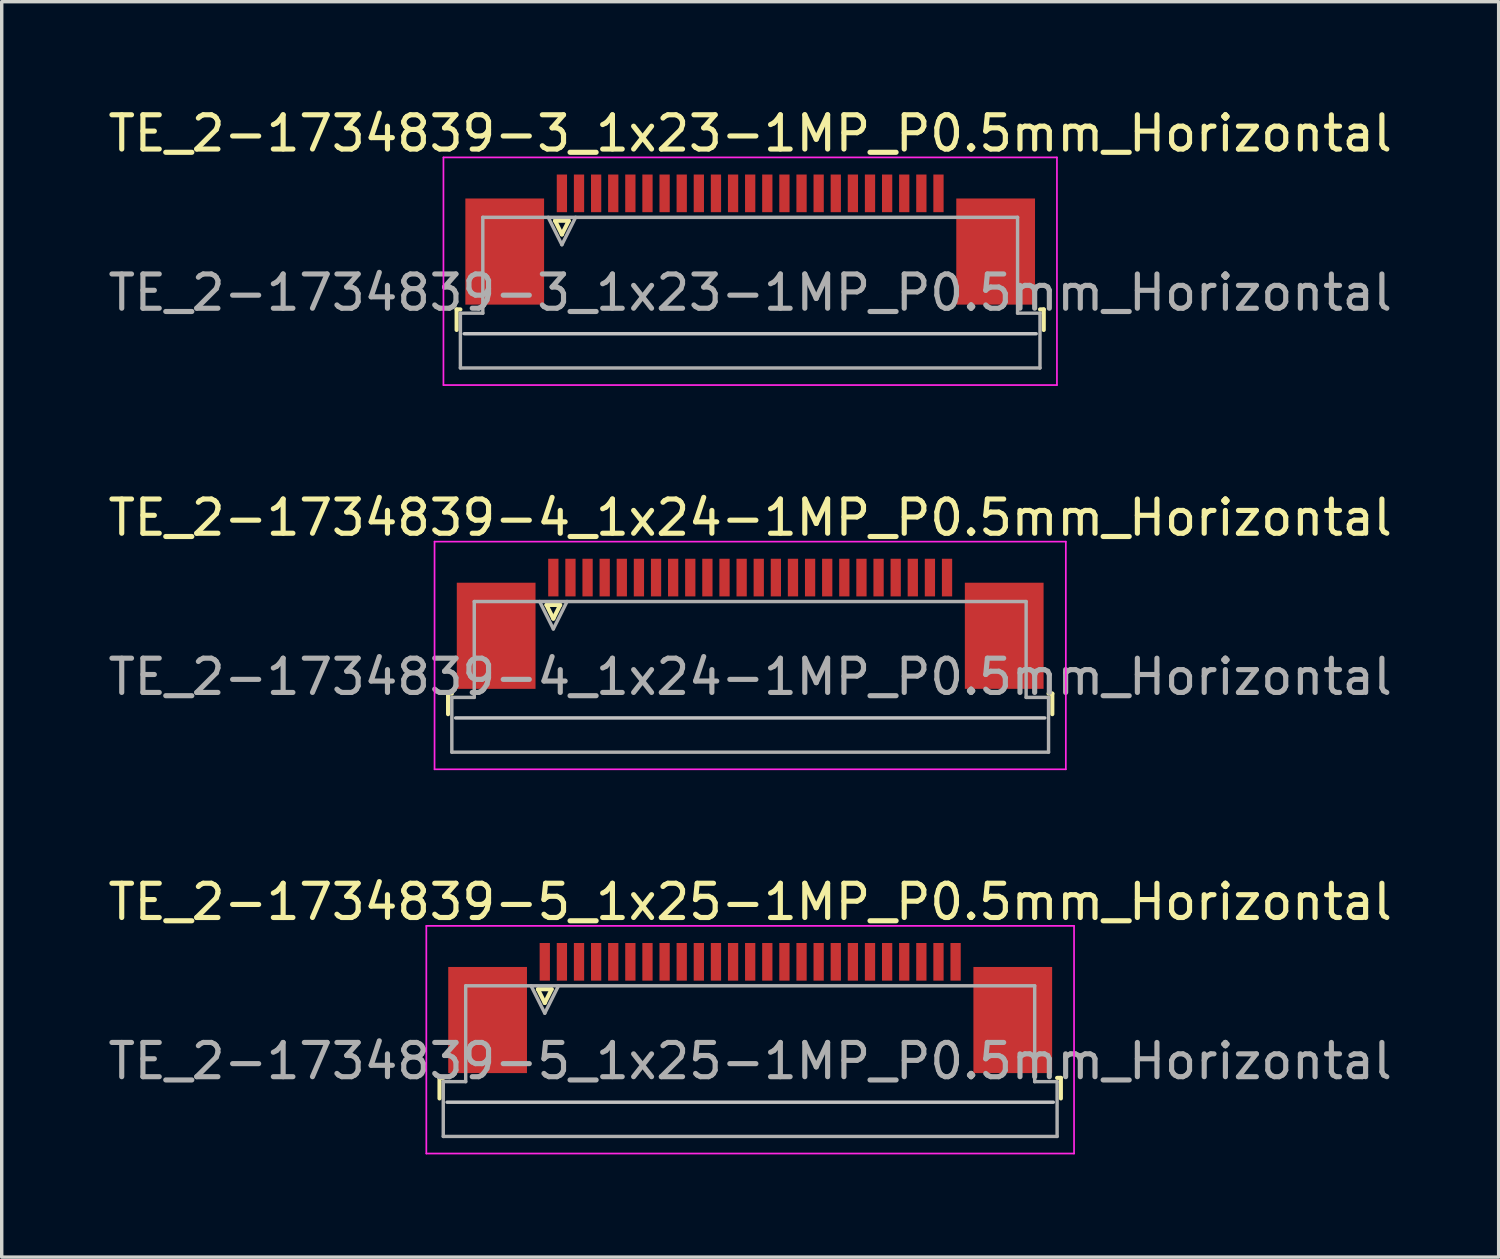
<source format=kicad_pcb>
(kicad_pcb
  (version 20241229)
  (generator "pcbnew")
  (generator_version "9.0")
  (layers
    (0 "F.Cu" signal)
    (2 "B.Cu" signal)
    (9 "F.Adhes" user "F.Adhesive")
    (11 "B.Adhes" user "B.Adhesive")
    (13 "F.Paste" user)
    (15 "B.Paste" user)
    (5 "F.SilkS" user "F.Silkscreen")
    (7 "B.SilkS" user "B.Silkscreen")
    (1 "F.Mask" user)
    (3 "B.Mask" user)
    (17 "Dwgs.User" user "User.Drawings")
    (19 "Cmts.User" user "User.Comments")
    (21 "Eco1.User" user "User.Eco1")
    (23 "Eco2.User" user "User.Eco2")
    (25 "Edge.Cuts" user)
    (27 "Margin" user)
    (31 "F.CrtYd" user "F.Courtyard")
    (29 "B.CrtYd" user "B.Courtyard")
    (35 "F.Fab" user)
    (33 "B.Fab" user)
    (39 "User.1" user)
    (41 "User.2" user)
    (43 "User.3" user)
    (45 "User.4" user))
  (footprint "TE_2-1734839-5_1x25-1MP_P0.5mm_Horizontal"
    (layer "F.Cu")
    (at 18.863 26.395)
    (property "Reference" "TE_2-1734839-5_1x25-1MP_P0.5mm_Horizontal" (at 0 -3.1 0) (layer "F.SilkS") (effects (font (size 1 1) (thickness 0.15))))
    (attr smd)
    (fp_line (start -9.075 2.04) (end -9.075 2.64) (stroke (width 0.12) (type solid)) (layer "F.SilkS"))
    (fp_line (start -8.965 2.04) (end -9.075 2.04) (stroke (width 0.12) (type solid)) (layer "F.SilkS"))
    (fp_line (start -6.2 -0.55) (end -6 -0.15) (stroke (width 0.12) (type solid)) (layer "F.SilkS"))
    (fp_line (start -6 -0.15) (end -5.8 -0.55) (stroke (width 0.12) (type solid)) (layer "F.SilkS"))
    (fp_line (start -5.8 -0.55) (end -6.2 -0.55) (stroke (width 0.12) (type solid)) (layer "F.SilkS"))
    (fp_line (start 8.965 2.04) (end 9.075 2.04) (stroke (width 0.12) (type solid)) (layer "F.SilkS"))
    (fp_line (start 9.075 2.04) (end 9.075 2.64) (stroke (width 0.12) (type solid)) (layer "F.SilkS"))
    (fp_line (start 8.855 2.75) (end -8.855 2.75) (stroke (width 0.1) (type solid)) (layer "Dwgs.User"))
    (fp_line (start -9.46 -2.4) (end -9.46 4.25) (stroke (width 0.05) (type solid)) (layer "F.CrtYd"))
    (fp_line (start -9.46 4.25) (end 9.46 4.25) (stroke (width 0.05) (type solid)) (layer "F.CrtYd"))
    (fp_line (start 9.46 -2.4) (end -9.46 -2.4) (stroke (width 0.05) (type solid)) (layer "F.CrtYd"))
    (fp_line (start 9.46 4.25) (end 9.46 -2.4) (stroke (width 0.05) (type solid)) (layer "F.CrtYd"))
    (fp_line (start -8.965 2.15) (end -8.31 2.15) (stroke (width 0.1) (type solid)) (layer "F.Fab"))
    (fp_line (start -8.965 3.75) (end -8.965 2.15) (stroke (width 0.1) (type solid)) (layer "F.Fab"))
    (fp_line (start -8.31 -0.65) (end 8.31 -0.65) (stroke (width 0.1) (type solid)) (layer "F.Fab"))
    (fp_line (start -8.31 2.15) (end -8.31 -0.65) (stroke (width 0.1) (type solid)) (layer "F.Fab"))
    (fp_line (start -6.4 -0.65) (end -6 0.15) (stroke (width 0.1) (type solid)) (layer "F.Fab"))
    (fp_line (start -6 0.15) (end -5.6 -0.65) (stroke (width 0.1) (type solid)) (layer "F.Fab"))
    (fp_line (start 8.31 -0.65) (end 8.31 2.15) (stroke (width 0.1) (type solid)) (layer "F.Fab"))
    (fp_line (start 8.31 2.15) (end 8.965 2.15) (stroke (width 0.1) (type solid)) (layer "F.Fab"))
    (fp_line (start 8.965 2.15) (end 8.965 3.75) (stroke (width 0.1) (type solid)) (layer "F.Fab"))
    (fp_line (start 8.965 3.75) (end -8.965 3.75) (stroke (width 0.1) (type solid)) (layer "F.Fab"))
    (fp_text user "${REFERENCE}" (at 0 1.55 0) (layer "F.Fab") (effects (font (size 1 1) (thickness 0.15))))
    (pad "1" smd rect (at -6 -1.35) (size 0.3 1.1) (layers "F.Cu" "F.Mask" "F.Paste"))
    (pad "2" smd rect (at -5.5 -1.35) (size 0.3 1.1) (layers "F.Cu" "F.Mask" "F.Paste"))
    (pad "3" smd rect (at -5 -1.35) (size 0.3 1.1) (layers "F.Cu" "F.Mask" "F.Paste"))
    (pad "4" smd rect (at -4.5 -1.35) (size 0.3 1.1) (layers "F.Cu" "F.Mask" "F.Paste"))
    (pad "5" smd rect (at -4 -1.35) (size 0.3 1.1) (layers "F.Cu" "F.Mask" "F.Paste"))
    (pad "6" smd rect (at -3.5 -1.35) (size 0.3 1.1) (layers "F.Cu" "F.Mask" "F.Paste"))
    (pad "7" smd rect (at -3 -1.35) (size 0.3 1.1) (layers "F.Cu" "F.Mask" "F.Paste"))
    (pad "8" smd rect (at -2.5 -1.35) (size 0.3 1.1) (layers "F.Cu" "F.Mask" "F.Paste"))
    (pad "9" smd rect (at -2 -1.35) (size 0.3 1.1) (layers "F.Cu" "F.Mask" "F.Paste"))
    (pad "10" smd rect (at -1.5 -1.35) (size 0.3 1.1) (layers "F.Cu" "F.Mask" "F.Paste"))
    (pad "11" smd rect (at -1 -1.35) (size 0.3 1.1) (layers "F.Cu" "F.Mask" "F.Paste"))
    (pad "12" smd rect (at -0.5 -1.35) (size 0.3 1.1) (layers "F.Cu" "F.Mask" "F.Paste"))
    (pad "13" smd rect (at 0 -1.35) (size 0.3 1.1) (layers "F.Cu" "F.Mask" "F.Paste"))
    (pad "14" smd rect (at 0.5 -1.35) (size 0.3 1.1) (layers "F.Cu" "F.Mask" "F.Paste"))
    (pad "15" smd rect (at 1 -1.35) (size 0.3 1.1) (layers "F.Cu" "F.Mask" "F.Paste"))
    (pad "16" smd rect (at 1.5 -1.35) (size 0.3 1.1) (layers "F.Cu" "F.Mask" "F.Paste"))
    (pad "17" smd rect (at 2 -1.35) (size 0.3 1.1) (layers "F.Cu" "F.Mask" "F.Paste"))
    (pad "18" smd rect (at 2.5 -1.35) (size 0.3 1.1) (layers "F.Cu" "F.Mask" "F.Paste"))
    (pad "19" smd rect (at 3 -1.35) (size 0.3 1.1) (layers "F.Cu" "F.Mask" "F.Paste"))
    (pad "20" smd rect (at 3.5 -1.35) (size 0.3 1.1) (layers "F.Cu" "F.Mask" "F.Paste"))
    (pad "21" smd rect (at 4 -1.35) (size 0.3 1.1) (layers "F.Cu" "F.Mask" "F.Paste"))
    (pad "22" smd rect (at 4.5 -1.35) (size 0.3 1.1) (layers "F.Cu" "F.Mask" "F.Paste"))
    (pad "23" smd rect (at 5 -1.35) (size 0.3 1.1) (layers "F.Cu" "F.Mask" "F.Paste"))
    (pad "24" smd rect (at 5.5 -1.35) (size 0.3 1.1) (layers "F.Cu" "F.Mask" "F.Paste"))
    (pad "25" smd rect (at 6 -1.35) (size 0.3 1.1) (layers "F.Cu" "F.Mask" "F.Paste"))
    (pad "MP" smd rect (at -7.67 0.35) (size 2.3 3.1) (layers "F.Cu" "F.Mask" "F.Paste"))
    (pad "MP" smd rect (at 7.67 0.35) (size 2.3 3.1) (layers "F.Cu" "F.Mask" "F.Paste")))
  (footprint "TE_2-1734839-4_1x24-1MP_P0.5mm_Horizontal"
    (layer "F.Cu")
    (at 18.863 15.171)
    (property "Reference" "TE_2-1734839-4_1x24-1MP_P0.5mm_Horizontal" (at 0 -3.1 0) (layer "F.SilkS") (effects (font (size 1 1) (thickness 0.15))))
    (attr smd)
    (fp_line (start -8.825 2.04) (end -8.825 2.64) (stroke (width 0.12) (type solid)) (layer "F.SilkS"))
    (fp_line (start -8.715 2.04) (end -8.825 2.04) (stroke (width 0.12) (type solid)) (layer "F.SilkS"))
    (fp_line (start -5.95 -0.55) (end -5.75 -0.15) (stroke (width 0.12) (type solid)) (layer "F.SilkS"))
    (fp_line (start -5.75 -0.15) (end -5.55 -0.55) (stroke (width 0.12) (type solid)) (layer "F.SilkS"))
    (fp_line (start -5.55 -0.55) (end -5.95 -0.55) (stroke (width 0.12) (type solid)) (layer "F.SilkS"))
    (fp_line (start 8.715 2.04) (end 8.825 2.04) (stroke (width 0.12) (type solid)) (layer "F.SilkS"))
    (fp_line (start 8.825 2.04) (end 8.825 2.64) (stroke (width 0.12) (type solid)) (layer "F.SilkS"))
    (fp_line (start 8.605 2.75) (end -8.605 2.75) (stroke (width 0.1) (type solid)) (layer "Dwgs.User"))
    (fp_line (start -9.22 -2.4) (end -9.22 4.25) (stroke (width 0.05) (type solid)) (layer "F.CrtYd"))
    (fp_line (start -9.22 4.25) (end 9.22 4.25) (stroke (width 0.05) (type solid)) (layer "F.CrtYd"))
    (fp_line (start 9.22 -2.4) (end -9.22 -2.4) (stroke (width 0.05) (type solid)) (layer "F.CrtYd"))
    (fp_line (start 9.22 4.25) (end 9.22 -2.4) (stroke (width 0.05) (type solid)) (layer "F.CrtYd"))
    (fp_line (start -8.715 2.15) (end -8.06 2.15) (stroke (width 0.1) (type solid)) (layer "F.Fab"))
    (fp_line (start -8.715 3.75) (end -8.715 2.15) (stroke (width 0.1) (type solid)) (layer "F.Fab"))
    (fp_line (start -8.06 -0.65) (end 8.06 -0.65) (stroke (width 0.1) (type solid)) (layer "F.Fab"))
    (fp_line (start -8.06 2.15) (end -8.06 -0.65) (stroke (width 0.1) (type solid)) (layer "F.Fab"))
    (fp_line (start -6.15 -0.65) (end -5.75 0.15) (stroke (width 0.1) (type solid)) (layer "F.Fab"))
    (fp_line (start -5.75 0.15) (end -5.35 -0.65) (stroke (width 0.1) (type solid)) (layer "F.Fab"))
    (fp_line (start 8.06 -0.65) (end 8.06 2.15) (stroke (width 0.1) (type solid)) (layer "F.Fab"))
    (fp_line (start 8.06 2.15) (end 8.715 2.15) (stroke (width 0.1) (type solid)) (layer "F.Fab"))
    (fp_line (start 8.715 2.15) (end 8.715 3.75) (stroke (width 0.1) (type solid)) (layer "F.Fab"))
    (fp_line (start 8.715 3.75) (end -8.715 3.75) (stroke (width 0.1) (type solid)) (layer "F.Fab"))
    (fp_text user "${REFERENCE}" (at 0 1.55 0) (layer "F.Fab") (effects (font (size 1 1) (thickness 0.15))))
    (pad "1" smd rect (at -5.75 -1.35) (size 0.3 1.1) (layers "F.Cu" "F.Mask" "F.Paste"))
    (pad "2" smd rect (at -5.25 -1.35) (size 0.3 1.1) (layers "F.Cu" "F.Mask" "F.Paste"))
    (pad "3" smd rect (at -4.75 -1.35) (size 0.3 1.1) (layers "F.Cu" "F.Mask" "F.Paste"))
    (pad "4" smd rect (at -4.25 -1.35) (size 0.3 1.1) (layers "F.Cu" "F.Mask" "F.Paste"))
    (pad "5" smd rect (at -3.75 -1.35) (size 0.3 1.1) (layers "F.Cu" "F.Mask" "F.Paste"))
    (pad "6" smd rect (at -3.25 -1.35) (size 0.3 1.1) (layers "F.Cu" "F.Mask" "F.Paste"))
    (pad "7" smd rect (at -2.75 -1.35) (size 0.3 1.1) (layers "F.Cu" "F.Mask" "F.Paste"))
    (pad "8" smd rect (at -2.25 -1.35) (size 0.3 1.1) (layers "F.Cu" "F.Mask" "F.Paste"))
    (pad "9" smd rect (at -1.75 -1.35) (size 0.3 1.1) (layers "F.Cu" "F.Mask" "F.Paste"))
    (pad "10" smd rect (at -1.25 -1.35) (size 0.3 1.1) (layers "F.Cu" "F.Mask" "F.Paste"))
    (pad "11" smd rect (at -0.75 -1.35) (size 0.3 1.1) (layers "F.Cu" "F.Mask" "F.Paste"))
    (pad "12" smd rect (at -0.25 -1.35) (size 0.3 1.1) (layers "F.Cu" "F.Mask" "F.Paste"))
    (pad "13" smd rect (at 0.25 -1.35) (size 0.3 1.1) (layers "F.Cu" "F.Mask" "F.Paste"))
    (pad "14" smd rect (at 0.75 -1.35) (size 0.3 1.1) (layers "F.Cu" "F.Mask" "F.Paste"))
    (pad "15" smd rect (at 1.25 -1.35) (size 0.3 1.1) (layers "F.Cu" "F.Mask" "F.Paste"))
    (pad "16" smd rect (at 1.75 -1.35) (size 0.3 1.1) (layers "F.Cu" "F.Mask" "F.Paste"))
    (pad "17" smd rect (at 2.25 -1.35) (size 0.3 1.1) (layers "F.Cu" "F.Mask" "F.Paste"))
    (pad "18" smd rect (at 2.75 -1.35) (size 0.3 1.1) (layers "F.Cu" "F.Mask" "F.Paste"))
    (pad "19" smd rect (at 3.25 -1.35) (size 0.3 1.1) (layers "F.Cu" "F.Mask" "F.Paste"))
    (pad "20" smd rect (at 3.75 -1.35) (size 0.3 1.1) (layers "F.Cu" "F.Mask" "F.Paste"))
    (pad "21" smd rect (at 4.25 -1.35) (size 0.3 1.1) (layers "F.Cu" "F.Mask" "F.Paste"))
    (pad "22" smd rect (at 4.75 -1.35) (size 0.3 1.1) (layers "F.Cu" "F.Mask" "F.Paste"))
    (pad "23" smd rect (at 5.25 -1.35) (size 0.3 1.1) (layers "F.Cu" "F.Mask" "F.Paste"))
    (pad "24" smd rect (at 5.75 -1.35) (size 0.3 1.1) (layers "F.Cu" "F.Mask" "F.Paste"))
    (pad "MP" smd rect (at -7.42 0.35) (size 2.3 3.1) (layers "F.Cu" "F.Mask" "F.Paste"))
    (pad "MP" smd rect (at 7.42 0.35) (size 2.3 3.1) (layers "F.Cu" "F.Mask" "F.Paste")))
  (footprint "TE_2-1734839-3_1x23-1MP_P0.5mm_Horizontal"
    (layer "F.Cu")
    (at 18.863 3.948)
    (property "Reference" "TE_2-1734839-3_1x23-1MP_P0.5mm_Horizontal" (at 0 -3.1 0) (layer "F.SilkS") (effects (font (size 1 1) (thickness 0.15))))
    (attr smd)
    (fp_line (start -8.575 2.04) (end -8.575 2.64) (stroke (width 0.12) (type solid)) (layer "F.SilkS"))
    (fp_line (start -8.465 2.04) (end -8.575 2.04) (stroke (width 0.12) (type solid)) (layer "F.SilkS"))
    (fp_line (start -5.7 -0.55) (end -5.5 -0.15) (stroke (width 0.12) (type solid)) (layer "F.SilkS"))
    (fp_line (start -5.5 -0.15) (end -5.3 -0.55) (stroke (width 0.12) (type solid)) (layer "F.SilkS"))
    (fp_line (start -5.3 -0.55) (end -5.7 -0.55) (stroke (width 0.12) (type solid)) (layer "F.SilkS"))
    (fp_line (start 8.465 2.04) (end 8.575 2.04) (stroke (width 0.12) (type solid)) (layer "F.SilkS"))
    (fp_line (start 8.575 2.04) (end 8.575 2.64) (stroke (width 0.12) (type solid)) (layer "F.SilkS"))
    (fp_line (start 8.355 2.75) (end -8.355 2.75) (stroke (width 0.1) (type solid)) (layer "Dwgs.User"))
    (fp_line (start -8.96 -2.4) (end -8.96 4.25) (stroke (width 0.05) (type solid)) (layer "F.CrtYd"))
    (fp_line (start -8.96 4.25) (end 8.96 4.25) (stroke (width 0.05) (type solid)) (layer "F.CrtYd"))
    (fp_line (start 8.96 -2.4) (end -8.96 -2.4) (stroke (width 0.05) (type solid)) (layer "F.CrtYd"))
    (fp_line (start 8.96 4.25) (end 8.96 -2.4) (stroke (width 0.05) (type solid)) (layer "F.CrtYd"))
    (fp_line (start -8.465 2.15) (end -7.81 2.15) (stroke (width 0.1) (type solid)) (layer "F.Fab"))
    (fp_line (start -8.465 3.75) (end -8.465 2.15) (stroke (width 0.1) (type solid)) (layer "F.Fab"))
    (fp_line (start -7.81 -0.65) (end 7.81 -0.65) (stroke (width 0.1) (type solid)) (layer "F.Fab"))
    (fp_line (start -7.81 2.15) (end -7.81 -0.65) (stroke (width 0.1) (type solid)) (layer "F.Fab"))
    (fp_line (start -5.9 -0.65) (end -5.5 0.15) (stroke (width 0.1) (type solid)) (layer "F.Fab"))
    (fp_line (start -5.5 0.15) (end -5.1 -0.65) (stroke (width 0.1) (type solid)) (layer "F.Fab"))
    (fp_line (start 7.81 -0.65) (end 7.81 2.15) (stroke (width 0.1) (type solid)) (layer "F.Fab"))
    (fp_line (start 7.81 2.15) (end 8.465 2.15) (stroke (width 0.1) (type solid)) (layer "F.Fab"))
    (fp_line (start 8.465 2.15) (end 8.465 3.75) (stroke (width 0.1) (type solid)) (layer "F.Fab"))
    (fp_line (start 8.465 3.75) (end -8.465 3.75) (stroke (width 0.1) (type solid)) (layer "F.Fab"))
    (fp_text user "${REFERENCE}" (at 0 1.55 0) (layer "F.Fab") (effects (font (size 1 1) (thickness 0.15))))
    (pad "1" smd rect (at -5.5 -1.35) (size 0.3 1.1) (layers "F.Cu" "F.Mask" "F.Paste"))
    (pad "2" smd rect (at -5 -1.35) (size 0.3 1.1) (layers "F.Cu" "F.Mask" "F.Paste"))
    (pad "3" smd rect (at -4.5 -1.35) (size 0.3 1.1) (layers "F.Cu" "F.Mask" "F.Paste"))
    (pad "4" smd rect (at -4 -1.35) (size 0.3 1.1) (layers "F.Cu" "F.Mask" "F.Paste"))
    (pad "5" smd rect (at -3.5 -1.35) (size 0.3 1.1) (layers "F.Cu" "F.Mask" "F.Paste"))
    (pad "6" smd rect (at -3 -1.35) (size 0.3 1.1) (layers "F.Cu" "F.Mask" "F.Paste"))
    (pad "7" smd rect (at -2.5 -1.35) (size 0.3 1.1) (layers "F.Cu" "F.Mask" "F.Paste"))
    (pad "8" smd rect (at -2 -1.35) (size 0.3 1.1) (layers "F.Cu" "F.Mask" "F.Paste"))
    (pad "9" smd rect (at -1.5 -1.35) (size 0.3 1.1) (layers "F.Cu" "F.Mask" "F.Paste"))
    (pad "10" smd rect (at -1 -1.35) (size 0.3 1.1) (layers "F.Cu" "F.Mask" "F.Paste"))
    (pad "11" smd rect (at -0.5 -1.35) (size 0.3 1.1) (layers "F.Cu" "F.Mask" "F.Paste"))
    (pad "12" smd rect (at 0 -1.35) (size 0.3 1.1) (layers "F.Cu" "F.Mask" "F.Paste"))
    (pad "13" smd rect (at 0.5 -1.35) (size 0.3 1.1) (layers "F.Cu" "F.Mask" "F.Paste"))
    (pad "14" smd rect (at 1 -1.35) (size 0.3 1.1) (layers "F.Cu" "F.Mask" "F.Paste"))
    (pad "15" smd rect (at 1.5 -1.35) (size 0.3 1.1) (layers "F.Cu" "F.Mask" "F.Paste"))
    (pad "16" smd rect (at 2 -1.35) (size 0.3 1.1) (layers "F.Cu" "F.Mask" "F.Paste"))
    (pad "17" smd rect (at 2.5 -1.35) (size 0.3 1.1) (layers "F.Cu" "F.Mask" "F.Paste"))
    (pad "18" smd rect (at 3 -1.35) (size 0.3 1.1) (layers "F.Cu" "F.Mask" "F.Paste"))
    (pad "19" smd rect (at 3.5 -1.35) (size 0.3 1.1) (layers "F.Cu" "F.Mask" "F.Paste"))
    (pad "20" smd rect (at 4 -1.35) (size 0.3 1.1) (layers "F.Cu" "F.Mask" "F.Paste"))
    (pad "21" smd rect (at 4.5 -1.35) (size 0.3 1.1) (layers "F.Cu" "F.Mask" "F.Paste"))
    (pad "22" smd rect (at 5 -1.35) (size 0.3 1.1) (layers "F.Cu" "F.Mask" "F.Paste"))
    (pad "23" smd rect (at 5.5 -1.35) (size 0.3 1.1) (layers "F.Cu" "F.Mask" "F.Paste"))
    (pad "MP" smd rect (at -7.17 0.35) (size 2.3 3.1) (layers "F.Cu" "F.Mask" "F.Paste"))
    (pad "MP" smd rect (at 7.17 0.35) (size 2.3 3.1) (layers "F.Cu" "F.Mask" "F.Paste")))
  (gr_rect
    (start -3 -3)
    (end 40.726 33.67)
    (stroke (width 0.1) (type default))
    (fill no)
    (layer "Edge.Cuts")))
</source>
